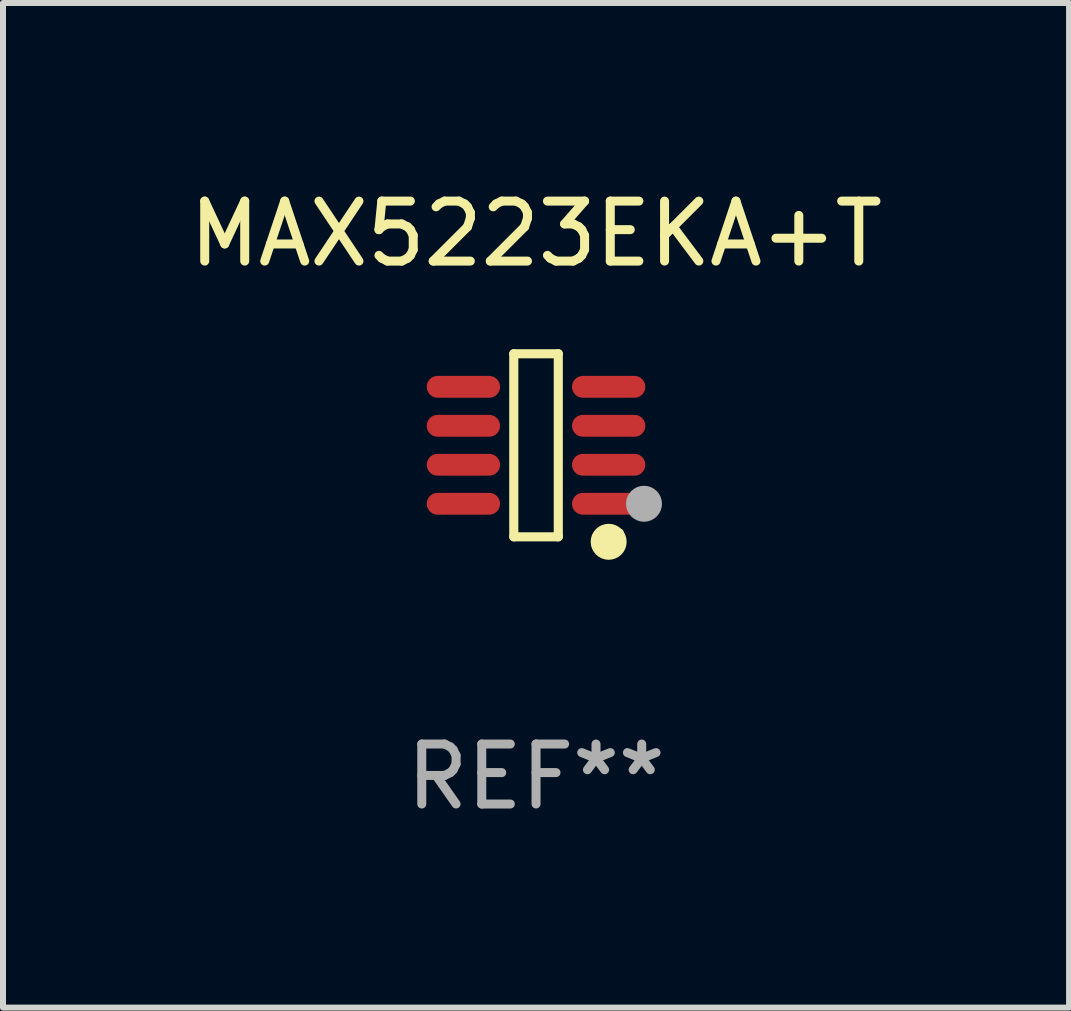
<source format=kicad_pcb>
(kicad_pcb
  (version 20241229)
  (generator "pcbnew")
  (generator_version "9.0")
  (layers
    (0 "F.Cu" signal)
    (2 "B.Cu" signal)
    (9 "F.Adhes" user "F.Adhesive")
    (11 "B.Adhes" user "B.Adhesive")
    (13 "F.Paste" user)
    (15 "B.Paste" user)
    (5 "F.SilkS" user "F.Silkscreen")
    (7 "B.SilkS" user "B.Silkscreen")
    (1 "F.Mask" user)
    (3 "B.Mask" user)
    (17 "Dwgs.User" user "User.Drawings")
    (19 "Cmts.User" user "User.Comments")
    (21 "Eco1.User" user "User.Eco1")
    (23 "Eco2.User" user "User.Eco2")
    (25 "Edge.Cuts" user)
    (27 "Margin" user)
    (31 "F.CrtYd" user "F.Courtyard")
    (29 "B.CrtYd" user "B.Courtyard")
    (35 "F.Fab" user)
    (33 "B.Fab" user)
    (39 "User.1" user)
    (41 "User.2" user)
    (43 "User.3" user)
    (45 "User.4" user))
  (footprint "MAX5223EKA+T"
    (layer "F.Cu")
    (at 5.887 4.374)
    (property "Reference" "MAX5223EKA+T" (at 0 -3.526 0) (layer "F.SilkS") (effects (font (size 1 1) (thickness 0.15))))
    (attr through_hole)
    (fp_line (start -0.371 -1.526) (end 0.371 -1.526) (stroke (width 0.152) (type solid)) (layer "F.SilkS"))
    (fp_line (start -0.371 1.526) (end -0.371 -1.526) (stroke (width 0.152) (type solid)) (layer "F.SilkS"))
    (fp_line (start 0.371 -1.526) (end 0.371 1.526) (stroke (width 0.152) (type solid)) (layer "F.SilkS"))
    (fp_line (start 0.371 1.526) (end -0.371 1.526) (stroke (width 0.152) (type solid)) (layer "F.SilkS"))
    (fp_circle (center 1.211 1.609) (end 1.361 1.609) (stroke (width 0.3) (type solid)) (fill no) (layer "F.SilkS"))
    (fp_circle (center 1.4 1.45) (end 1.43 1.45) (stroke (width 0.06) (type solid)) (fill no) (layer "F.SilkS"))
    (fp_circle (center 1.8 0.975) (end 1.95 0.975) (stroke (width 0.3) (type solid)) (fill no) (layer "F.Fab"))
    (fp_text user "REF**" (at 0 5.526 0) (layer "F.Fab") (effects (font (size 1 1) (thickness 0.15))))
    (pad "1" smd oval (at 1.211 0.975) (size 1.222 0.364) (layers "F.Cu" "F.Mask" "F.Paste"))
    (pad "2" smd oval (at 1.211 0.325) (size 1.222 0.364) (layers "F.Cu" "F.Mask" "F.Paste"))
    (pad "3" smd oval (at 1.211 -0.325) (size 1.222 0.364) (layers "F.Cu" "F.Mask" "F.Paste"))
    (pad "4" smd oval (at 1.211 -0.975) (size 1.222 0.364) (layers "F.Cu" "F.Mask" "F.Paste"))
    (pad "5" smd oval (at -1.211 -0.975) (size 1.222 0.364) (layers "F.Cu" "F.Mask" "F.Paste"))
    (pad "6" smd oval (at -1.211 -0.325) (size 1.222 0.364) (layers "F.Cu" "F.Mask" "F.Paste"))
    (pad "7" smd oval (at -1.211 0.325) (size 1.222 0.364) (layers "F.Cu" "F.Mask" "F.Paste"))
    (pad "8" smd oval (at -1.211 0.975) (size 1.222 0.364) (layers "F.Cu" "F.Mask" "F.Paste")))
  (gr_rect
    (start -3 -3)
    (end 14.774 13.749)
    (stroke (width 0.1) (type default))
    (fill no)
    (layer "Edge.Cuts")))
</source>
